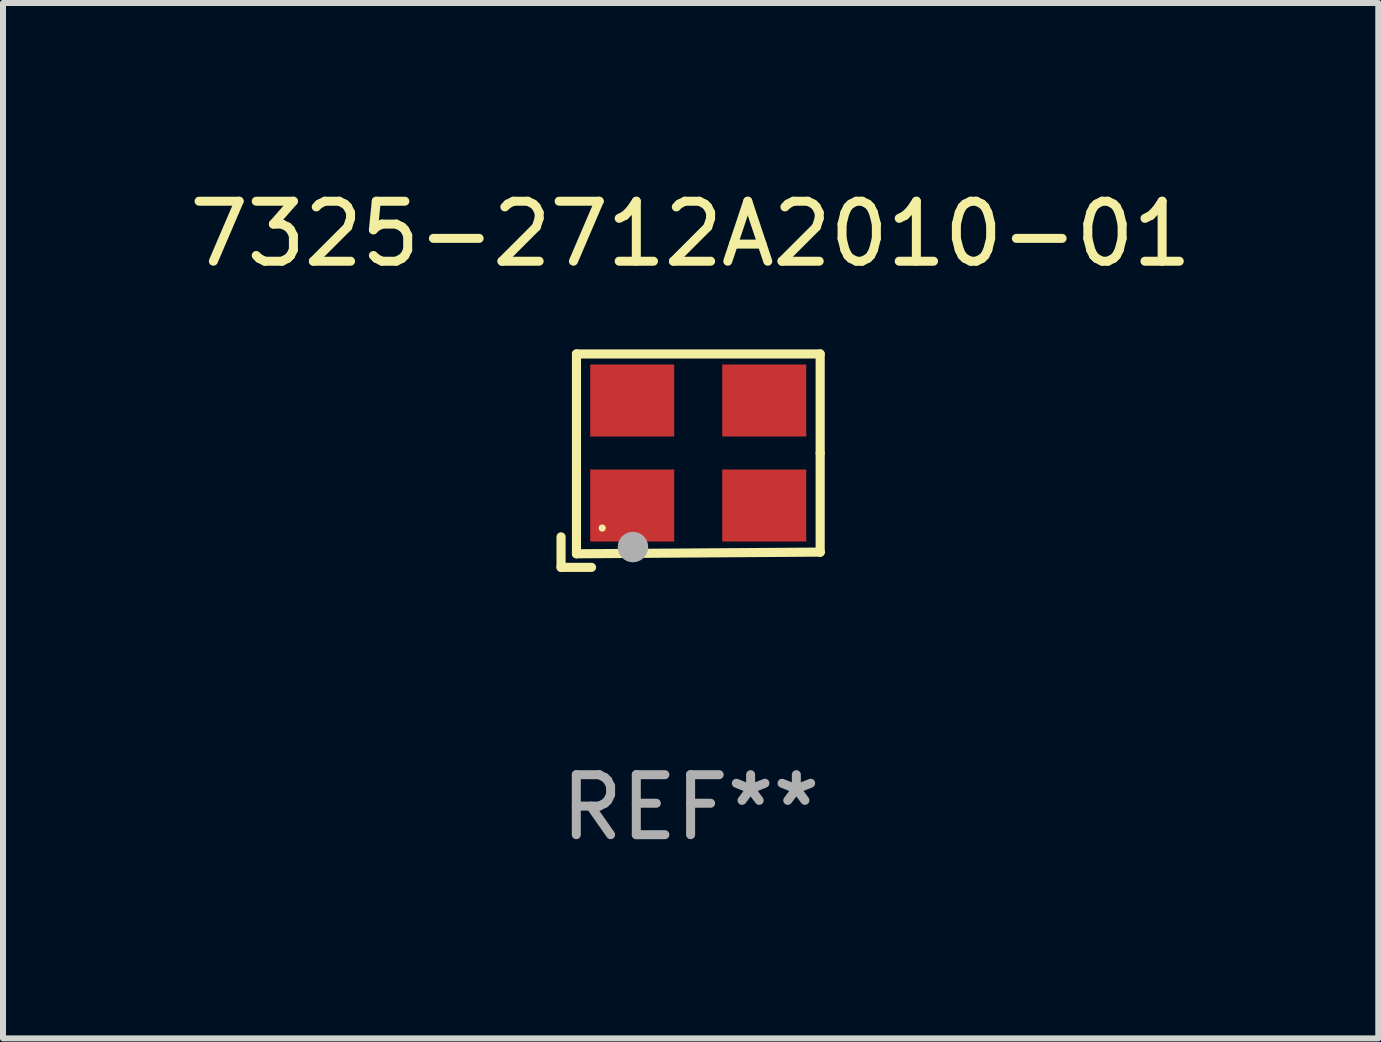
<source format=kicad_pcb>
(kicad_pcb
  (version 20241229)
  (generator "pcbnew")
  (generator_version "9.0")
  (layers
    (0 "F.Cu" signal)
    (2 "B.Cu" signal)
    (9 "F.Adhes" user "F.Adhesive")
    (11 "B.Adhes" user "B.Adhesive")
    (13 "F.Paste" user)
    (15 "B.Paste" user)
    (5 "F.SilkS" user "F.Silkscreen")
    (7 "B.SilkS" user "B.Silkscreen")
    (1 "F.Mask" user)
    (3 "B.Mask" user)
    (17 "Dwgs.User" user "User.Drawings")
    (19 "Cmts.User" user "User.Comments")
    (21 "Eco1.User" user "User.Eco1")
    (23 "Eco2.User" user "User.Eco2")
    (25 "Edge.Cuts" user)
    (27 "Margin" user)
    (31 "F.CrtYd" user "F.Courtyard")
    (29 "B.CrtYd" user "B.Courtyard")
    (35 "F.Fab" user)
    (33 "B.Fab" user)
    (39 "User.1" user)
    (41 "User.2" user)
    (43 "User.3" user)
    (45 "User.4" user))
  (footprint "7325-2712A2010-01"
    (layer "F.Cu")
    (at 8.458 4.626)
    (property "Reference" "7325-2712A2010-01" (at 0 -3.778 0) (layer "F.SilkS") (effects (font (size 1 1) (thickness 0.15))))
    (attr through_hole)
    (fp_line (start -2.159 1.27) (end -2.159 1.778) (stroke (width 0.152) (type solid)) (layer "F.SilkS"))
    (fp_line (start -2.159 1.778) (end -1.651 1.778) (stroke (width 0.152) (type solid)) (layer "F.SilkS"))
    (fp_line (start -1.902 -1.778) (end 2.159 -1.778) (stroke (width 0.152) (type solid)) (layer "F.SilkS"))
    (fp_line (start -1.902 1.552) (end -1.902 -1.778) (stroke (width 0.152) (type solid)) (layer "F.SilkS"))
    (fp_line (start 2.159 -1.778) (end 2.159 -0.127) (stroke (width 0.152) (type solid)) (layer "F.SilkS"))
    (fp_line (start 2.159 -0.127) (end 2.159 1.524) (stroke (width 0.152) (type solid)) (layer "F.SilkS"))
    (fp_line (start 2.159 1.524) (end -1.902 1.552) (stroke (width 0.152) (type solid)) (layer "F.SilkS"))
    (fp_line (start 2.159 1.524) (end 2.159 1.524) (stroke (width 0.152) (type solid)) (layer "F.SilkS"))
    (fp_circle (center -1.473 1.123) (end -1.443 1.123) (stroke (width 0.06) (type solid)) (fill no) (layer "F.SilkS"))
    (fp_circle (center -0.961 1.44) (end -0.834 1.44) (stroke (width 0.254) (type solid)) (fill no) (layer "F.Fab"))
    (fp_text user "REF**" (at 0 5.778 0) (layer "F.Fab") (effects (font (size 1 1) (thickness 0.15))))
    (pad "1" smd rect (at -0.973 0.748) (size 1.4 1.2) (layers "F.Cu" "F.Mask" "F.Paste"))
    (pad "2" smd rect (at 1.227 0.748) (size 1.4 1.2) (layers "F.Cu" "F.Mask" "F.Paste"))
    (pad "3" smd rect (at 1.227 -1.002) (size 1.4 1.2) (layers "F.Cu" "F.Mask" "F.Paste"))
    (pad "4" smd rect (at -0.973 -1.002) (size 1.4 1.2) (layers "F.Cu" "F.Mask" "F.Paste")))
  (gr_rect
    (start -3 -3)
    (end 19.917 14.253)
    (stroke (width 0.1) (type default))
    (fill no)
    (layer "Edge.Cuts")))
</source>
